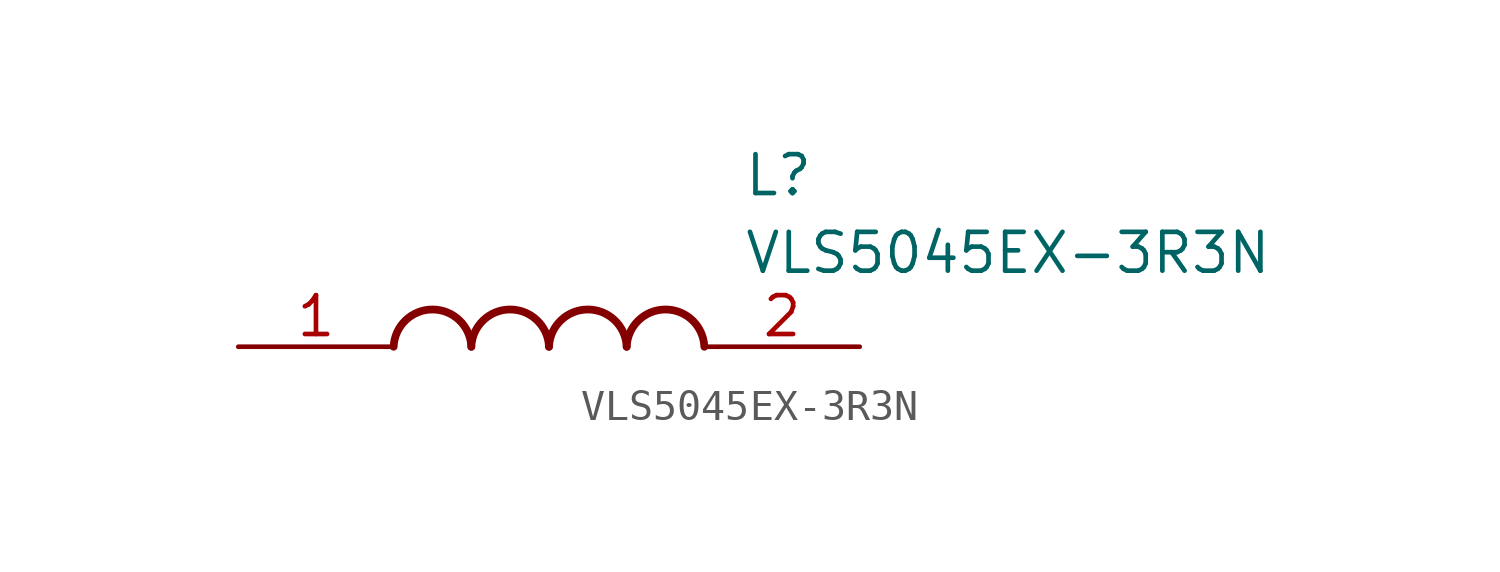
<source format=kicad_sym>
(kicad_symbol_lib
  (version 20211014)
  (generator SamacSys_ECAD_Model)
  (symbol "VLS5045EX-3R3N"
    (pin_names hide)
    (property "Reference" "L"
      (at 16.51 6.35 0)
      (effects (font (size 1.27 1.27)) (justify left top)))
    (property "Value" "VLS5045EX-3R3N"
      (at 16.51 3.81 0)
      (effects (font (size 1.27 1.27)) (justify left top)))
    (arc
      (start 7.62 0)
      (mid 6.35 1.219)
      (end 5.08 0)
      (stroke (width 0.254) (type default))
      (fill (type none)))
    (arc
      (start 10.16 0)
      (mid 8.89 1.219)
      (end 7.62 0)
      (stroke (width 0.254) (type default))
      (fill (type none)))
    (arc
      (start 12.7 0)
      (mid 11.43 1.219)
      (end 10.16 0)
      (stroke (width 0.254) (type default))
      (fill (type none)))
    (arc
      (start 15.24 0)
      (mid 13.97 1.219)
      (end 12.7 0)
      (stroke (width 0.254) (type default))
      (fill (type none)))
    (pin passive line
      (at 0 0 0)
      (length 5.08)
      (name "1" (effects (font (size 1.27 1.27))))
      (number "1" (effects (font (size 1.27 1.27)))))
    (pin passive line
      (at 20.32 0 180)
      (length 5.08)
      (name "2" (effects (font (size 1.27 1.27))))
      (number "2" (effects (font (size 1.27 1.27)))))))
</source>
